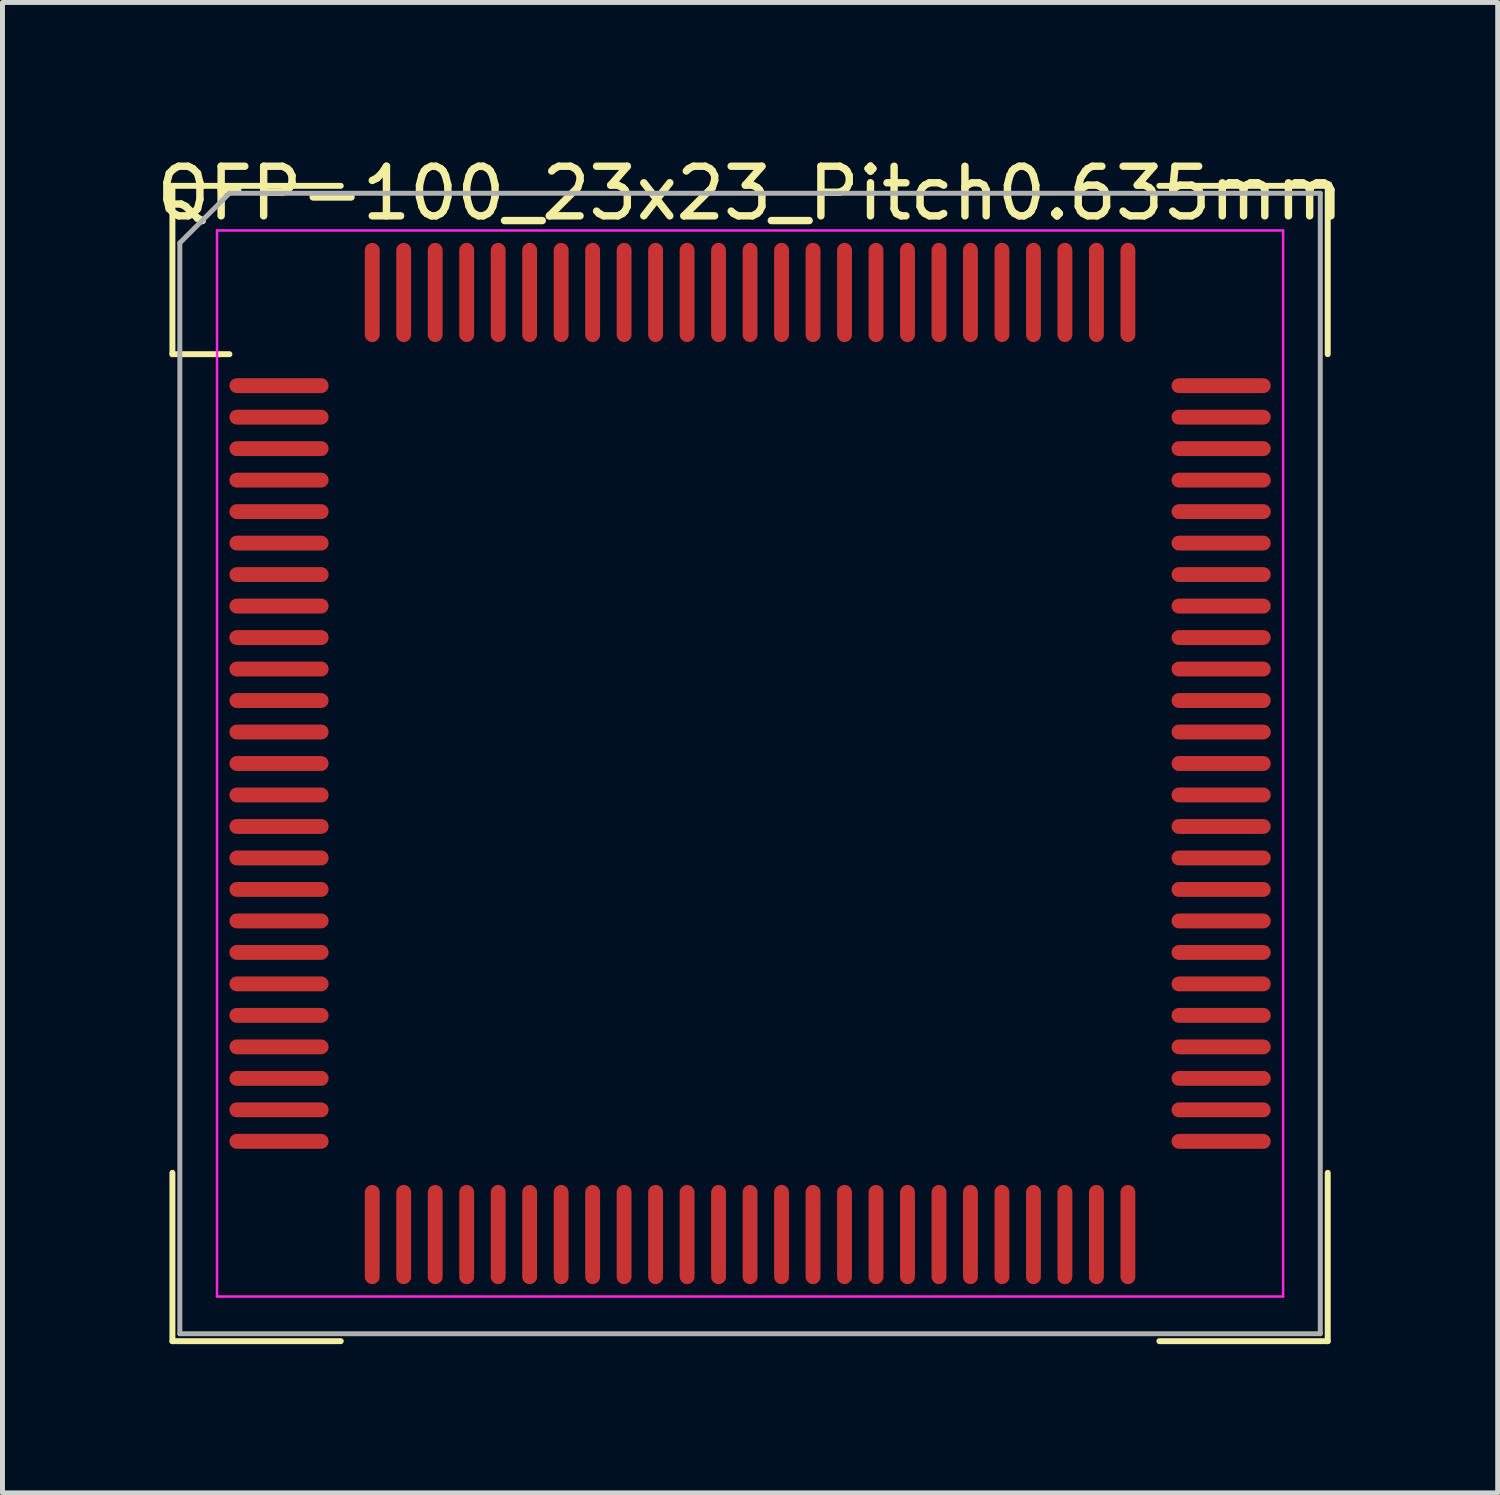
<source format=kicad_pcb>
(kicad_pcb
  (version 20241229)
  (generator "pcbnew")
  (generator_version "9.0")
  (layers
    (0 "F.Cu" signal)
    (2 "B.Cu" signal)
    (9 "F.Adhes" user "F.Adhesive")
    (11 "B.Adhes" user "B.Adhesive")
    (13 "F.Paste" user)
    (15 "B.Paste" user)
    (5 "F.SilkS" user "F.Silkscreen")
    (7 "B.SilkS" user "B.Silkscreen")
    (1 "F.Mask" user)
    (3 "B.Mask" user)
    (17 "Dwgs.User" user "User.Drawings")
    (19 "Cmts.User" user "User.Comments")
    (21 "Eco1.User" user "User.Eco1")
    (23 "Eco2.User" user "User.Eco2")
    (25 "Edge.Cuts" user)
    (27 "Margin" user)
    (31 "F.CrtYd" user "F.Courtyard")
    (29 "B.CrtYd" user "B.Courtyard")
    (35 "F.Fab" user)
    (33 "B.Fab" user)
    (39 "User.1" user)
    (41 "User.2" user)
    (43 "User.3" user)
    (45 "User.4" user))
  (footprint "QFP-100_23x23_Pitch0.635mm"
    (layer "F.Cu")
    (at 12.077 12.348)
    (property "Reference" "QFP-100_23x23_Pitch0.635mm" (at 0 -11.5 0) (layer "F.SilkS") (effects (font (size 1 1) (thickness 0.15))))
    (attr smd)
    (fp_line (start -11.65 -11.65) (end -11.65 -8.255) (stroke (width 0.12) (type solid)) (layer "F.SilkS"))
    (fp_line (start -11.65 -8.255) (end -10.5 -8.255) (stroke (width 0.12) (type solid)) (layer "F.SilkS"))
    (fp_line (start -11.65 11.65) (end -11.65 8.255) (stroke (width 0.12) (type solid)) (layer "F.SilkS"))
    (fp_line (start -8.255 -11.65) (end -11.65 -11.65) (stroke (width 0.12) (type solid)) (layer "F.SilkS"))
    (fp_line (start -8.255 11.65) (end -11.65 11.65) (stroke (width 0.12) (type solid)) (layer "F.SilkS"))
    (fp_line (start 8.255 -11.65) (end 11.65 -11.65) (stroke (width 0.12) (type solid)) (layer "F.SilkS"))
    (fp_line (start 8.255 11.65) (end 11.65 11.65) (stroke (width 0.12) (type solid)) (layer "F.SilkS"))
    (fp_line (start 11.65 -11.65) (end 11.65 -8.255) (stroke (width 0.12) (type solid)) (layer "F.SilkS"))
    (fp_line (start 11.65 11.65) (end 11.65 8.255) (stroke (width 0.12) (type solid)) (layer "F.SilkS"))
    (fp_line (start -10.75 -10.75) (end 10.75 -10.75) (stroke (width 0.05) (type solid)) (layer "F.CrtYd"))
    (fp_line (start -10.75 10.75) (end -10.75 -10.75) (stroke (width 0.05) (type solid)) (layer "F.CrtYd"))
    (fp_line (start 10.75 -10.75) (end 10.75 10.75) (stroke (width 0.05) (type solid)) (layer "F.CrtYd"))
    (fp_line (start 10.75 10.75) (end -10.75 10.75) (stroke (width 0.05) (type solid)) (layer "F.CrtYd"))
    (fp_line (start -11.5 -10.5) (end -11.5 11.5) (stroke (width 0.1) (type solid)) (layer "F.Fab"))
    (fp_line (start -11.5 11.5) (end 11.5 11.5) (stroke (width 0.1) (type solid)) (layer "F.Fab"))
    (fp_line (start -10.5 -11.5) (end -11.5 -10.5) (stroke (width 0.1) (type solid)) (layer "F.Fab"))
    (fp_line (start 11.5 -11.5) (end -10.5 -11.5) (stroke (width 0.1) (type solid)) (layer "F.Fab"))
    (fp_line (start 11.5 11.5) (end 11.5 -11.5) (stroke (width 0.1) (type solid)) (layer "F.Fab"))
    (pad "1" smd oval (at -9.5 -7.62 90) (size 0.3 2) (layers "F.Cu" "F.Mask" "F.Paste"))
    (pad "2" smd oval (at -9.5 -6.985 90) (size 0.3 2) (layers "F.Cu" "F.Mask" "F.Paste"))
    (pad "3" smd oval (at -9.5 -6.35 90) (size 0.3 2) (layers "F.Cu" "F.Mask" "F.Paste"))
    (pad "4" smd oval (at -9.5 -5.715 90) (size 0.3 2) (layers "F.Cu" "F.Mask" "F.Paste"))
    (pad "5" smd oval (at -9.5 -5.08 90) (size 0.3 2) (layers "F.Cu" "F.Mask" "F.Paste"))
    (pad "6" smd oval (at -9.5 -4.445 90) (size 0.3 2) (layers "F.Cu" "F.Mask" "F.Paste"))
    (pad "7" smd oval (at -9.5 -3.81 90) (size 0.3 2) (layers "F.Cu" "F.Mask" "F.Paste"))
    (pad "8" smd oval (at -9.5 -3.175 90) (size 0.3 2) (layers "F.Cu" "F.Mask" "F.Paste"))
    (pad "9" smd oval (at -9.5 -2.54 90) (size 0.3 2) (layers "F.Cu" "F.Mask" "F.Paste"))
    (pad "10" smd oval (at -9.5 -1.905 90) (size 0.3 2) (layers "F.Cu" "F.Mask" "F.Paste"))
    (pad "11" smd oval (at -9.5 -1.27 90) (size 0.3 2) (layers "F.Cu" "F.Mask" "F.Paste"))
    (pad "12" smd oval (at -9.5 -0.635 90) (size 0.3 2) (layers "F.Cu" "F.Mask" "F.Paste"))
    (pad "13" smd oval (at -9.5 0 90) (size 0.3 2) (layers "F.Cu" "F.Mask" "F.Paste"))
    (pad "14" smd oval (at -9.5 0.635 90) (size 0.3 2) (layers "F.Cu" "F.Mask" "F.Paste"))
    (pad "15" smd oval (at -9.5 1.27 90) (size 0.3 2) (layers "F.Cu" "F.Mask" "F.Paste"))
    (pad "16" smd oval (at -9.5 1.905 90) (size 0.3 2) (layers "F.Cu" "F.Mask" "F.Paste"))
    (pad "17" smd oval (at -9.5 2.54 90) (size 0.3 2) (layers "F.Cu" "F.Mask" "F.Paste"))
    (pad "18" smd oval (at -9.5 3.175 90) (size 0.3 2) (layers "F.Cu" "F.Mask" "F.Paste"))
    (pad "19" smd oval (at -9.5 3.81 90) (size 0.3 2) (layers "F.Cu" "F.Mask" "F.Paste"))
    (pad "20" smd oval (at -9.5 4.445 90) (size 0.3 2) (layers "F.Cu" "F.Mask" "F.Paste"))
    (pad "21" smd oval (at -9.5 5.08 90) (size 0.3 2) (layers "F.Cu" "F.Mask" "F.Paste"))
    (pad "22" smd oval (at -9.5 5.715 90) (size 0.3 2) (layers "F.Cu" "F.Mask" "F.Paste"))
    (pad "23" smd oval (at -9.5 6.35 90) (size 0.3 2) (layers "F.Cu" "F.Mask" "F.Paste"))
    (pad "24" smd oval (at -9.5 6.985 90) (size 0.3 2) (layers "F.Cu" "F.Mask" "F.Paste"))
    (pad "25" smd oval (at -9.5 7.62 90) (size 0.3 2) (layers "F.Cu" "F.Mask" "F.Paste"))
    (pad "26" smd oval (at -7.62 9.5) (size 0.3 2) (layers "F.Cu" "F.Mask" "F.Paste"))
    (pad "27" smd oval (at -6.985 9.5) (size 0.3 2) (layers "F.Cu" "F.Mask" "F.Paste"))
    (pad "28" smd oval (at -6.35 9.5) (size 0.3 2) (layers "F.Cu" "F.Mask" "F.Paste"))
    (pad "29" smd oval (at -5.715 9.5) (size 0.3 2) (layers "F.Cu" "F.Mask" "F.Paste"))
    (pad "30" smd oval (at -5.08 9.5) (size 0.3 2) (layers "F.Cu" "F.Mask" "F.Paste"))
    (pad "31" smd oval (at -4.445 9.5) (size 0.3 2) (layers "F.Cu" "F.Mask" "F.Paste"))
    (pad "32" smd oval (at -3.81 9.5) (size 0.3 2) (layers "F.Cu" "F.Mask" "F.Paste"))
    (pad "33" smd oval (at -3.175 9.5) (size 0.3 2) (layers "F.Cu" "F.Mask" "F.Paste"))
    (pad "34" smd oval (at -2.54 9.5) (size 0.3 2) (layers "F.Cu" "F.Mask" "F.Paste"))
    (pad "35" smd oval (at -1.905 9.5) (size 0.3 2) (layers "F.Cu" "F.Mask" "F.Paste"))
    (pad "36" smd oval (at -1.27 9.5) (size 0.3 2) (layers "F.Cu" "F.Mask" "F.Paste"))
    (pad "37" smd oval (at -0.635 9.5) (size 0.3 2) (layers "F.Cu" "F.Mask" "F.Paste"))
    (pad "38" smd oval (at 0 9.5) (size 0.3 2) (layers "F.Cu" "F.Mask" "F.Paste"))
    (pad "39" smd oval (at 0.635 9.5) (size 0.3 2) (layers "F.Cu" "F.Mask" "F.Paste"))
    (pad "40" smd oval (at 1.27 9.5) (size 0.3 2) (layers "F.Cu" "F.Mask" "F.Paste"))
    (pad "41" smd oval (at 1.905 9.5) (size 0.3 2) (layers "F.Cu" "F.Mask" "F.Paste"))
    (pad "42" smd oval (at 2.54 9.5) (size 0.3 2) (layers "F.Cu" "F.Mask" "F.Paste"))
    (pad "43" smd oval (at 3.175 9.5) (size 0.3 2) (layers "F.Cu" "F.Mask" "F.Paste"))
    (pad "44" smd oval (at 3.81 9.5) (size 0.3 2) (layers "F.Cu" "F.Mask" "F.Paste"))
    (pad "45" smd oval (at 4.445 9.5) (size 0.3 2) (layers "F.Cu" "F.Mask" "F.Paste"))
    (pad "46" smd oval (at 5.08 9.5) (size 0.3 2) (layers "F.Cu" "F.Mask" "F.Paste"))
    (pad "47" smd oval (at 5.715 9.5) (size 0.3 2) (layers "F.Cu" "F.Mask" "F.Paste"))
    (pad "48" smd oval (at 6.35 9.5) (size 0.3 2) (layers "F.Cu" "F.Mask" "F.Paste"))
    (pad "49" smd oval (at 6.985 9.5) (size 0.3 2) (layers "F.Cu" "F.Mask" "F.Paste"))
    (pad "50" smd oval (at 7.62 9.5) (size 0.3 2) (layers "F.Cu" "F.Mask" "F.Paste"))
    (pad "51" smd oval (at 9.5 7.62 90) (size 0.3 2) (layers "F.Cu" "F.Mask" "F.Paste"))
    (pad "52" smd oval (at 9.5 6.985 90) (size 0.3 2) (layers "F.Cu" "F.Mask" "F.Paste"))
    (pad "53" smd oval (at 9.5 6.35 90) (size 0.3 2) (layers "F.Cu" "F.Mask" "F.Paste"))
    (pad "54" smd oval (at 9.5 5.715 90) (size 0.3 2) (layers "F.Cu" "F.Mask" "F.Paste"))
    (pad "55" smd oval (at 9.5 5.08 90) (size 0.3 2) (layers "F.Cu" "F.Mask" "F.Paste"))
    (pad "56" smd oval (at 9.5 4.445 90) (size 0.3 2) (layers "F.Cu" "F.Mask" "F.Paste"))
    (pad "57" smd oval (at 9.5 3.81 90) (size 0.3 2) (layers "F.Cu" "F.Mask" "F.Paste"))
    (pad "58" smd oval (at 9.5 3.175 90) (size 0.3 2) (layers "F.Cu" "F.Mask" "F.Paste"))
    (pad "59" smd oval (at 9.5 2.54 90) (size 0.3 2) (layers "F.Cu" "F.Mask" "F.Paste"))
    (pad "60" smd oval (at 9.5 1.905 90) (size 0.3 2) (layers "F.Cu" "F.Mask" "F.Paste"))
    (pad "61" smd oval (at 9.5 1.27 90) (size 0.3 2) (layers "F.Cu" "F.Mask" "F.Paste"))
    (pad "62" smd oval (at 9.5 0.635 90) (size 0.3 2) (layers "F.Cu" "F.Mask" "F.Paste"))
    (pad "63" smd oval (at 9.5 0 90) (size 0.3 2) (layers "F.Cu" "F.Mask" "F.Paste"))
    (pad "64" smd oval (at 9.5 -0.635 90) (size 0.3 2) (layers "F.Cu" "F.Mask" "F.Paste"))
    (pad "65" smd oval (at 9.5 -1.27 90) (size 0.3 2) (layers "F.Cu" "F.Mask" "F.Paste"))
    (pad "66" smd oval (at 9.5 -1.905 90) (size 0.3 2) (layers "F.Cu" "F.Mask" "F.Paste"))
    (pad "67" smd oval (at 9.5 -2.54 90) (size 0.3 2) (layers "F.Cu" "F.Mask" "F.Paste"))
    (pad "68" smd oval (at 9.5 -3.175 90) (size 0.3 2) (layers "F.Cu" "F.Mask" "F.Paste"))
    (pad "69" smd oval (at 9.5 -3.81 90) (size 0.3 2) (layers "F.Cu" "F.Mask" "F.Paste"))
    (pad "70" smd oval (at 9.5 -4.445 90) (size 0.3 2) (layers "F.Cu" "F.Mask" "F.Paste"))
    (pad "71" smd oval (at 9.5 -5.08 90) (size 0.3 2) (layers "F.Cu" "F.Mask" "F.Paste"))
    (pad "72" smd oval (at 9.5 -5.715 90) (size 0.3 2) (layers "F.Cu" "F.Mask" "F.Paste"))
    (pad "73" smd oval (at 9.5 -6.35 90) (size 0.3 2) (layers "F.Cu" "F.Mask" "F.Paste"))
    (pad "74" smd oval (at 9.5 -6.985 90) (size 0.3 2) (layers "F.Cu" "F.Mask" "F.Paste"))
    (pad "75" smd oval (at 9.5 -7.62 90) (size 0.3 2) (layers "F.Cu" "F.Mask" "F.Paste"))
    (pad "76" smd oval (at 7.62 -9.5) (size 0.3 2) (layers "F.Cu" "F.Mask" "F.Paste"))
    (pad "77" smd oval (at 6.985 -9.5) (size 0.3 2) (layers "F.Cu" "F.Mask" "F.Paste"))
    (pad "78" smd oval (at 6.35 -9.5) (size 0.3 2) (layers "F.Cu" "F.Mask" "F.Paste"))
    (pad "79" smd oval (at 5.715 -9.5) (size 0.3 2) (layers "F.Cu" "F.Mask" "F.Paste"))
    (pad "80" smd oval (at 5.08 -9.5) (size 0.3 2) (layers "F.Cu" "F.Mask" "F.Paste"))
    (pad "81" smd oval (at 4.445 -9.5) (size 0.3 2) (layers "F.Cu" "F.Mask" "F.Paste"))
    (pad "82" smd oval (at 3.81 -9.5) (size 0.3 2) (layers "F.Cu" "F.Mask" "F.Paste"))
    (pad "83" smd oval (at 3.175 -9.5) (size 0.3 2) (layers "F.Cu" "F.Mask" "F.Paste"))
    (pad "84" smd oval (at 2.54 -9.5) (size 0.3 2) (layers "F.Cu" "F.Mask" "F.Paste"))
    (pad "85" smd oval (at 1.905 -9.5) (size 0.3 2) (layers "F.Cu" "F.Mask" "F.Paste"))
    (pad "86" smd oval (at 1.27 -9.5) (size 0.3 2) (layers "F.Cu" "F.Mask" "F.Paste"))
    (pad "87" smd oval (at 0.635 -9.5) (size 0.3 2) (layers "F.Cu" "F.Mask" "F.Paste"))
    (pad "88" smd oval (at 0 -9.5) (size 0.3 2) (layers "F.Cu" "F.Mask" "F.Paste"))
    (pad "89" smd oval (at -0.635 -9.5) (size 0.3 2) (layers "F.Cu" "F.Mask" "F.Paste"))
    (pad "90" smd oval (at -1.27 -9.5) (size 0.3 2) (layers "F.Cu" "F.Mask" "F.Paste"))
    (pad "91" smd oval (at -1.905 -9.5) (size 0.3 2) (layers "F.Cu" "F.Mask" "F.Paste"))
    (pad "92" smd oval (at -2.54 -9.5) (size 0.3 2) (layers "F.Cu" "F.Mask" "F.Paste"))
    (pad "93" smd oval (at -3.175 -9.5) (size 0.3 2) (layers "F.Cu" "F.Mask" "F.Paste"))
    (pad "94" smd oval (at -3.81 -9.5) (size 0.3 2) (layers "F.Cu" "F.Mask" "F.Paste"))
    (pad "95" smd oval (at -4.445 -9.5) (size 0.3 2) (layers "F.Cu" "F.Mask" "F.Paste"))
    (pad "96" smd oval (at -5.08 -9.5) (size 0.3 2) (layers "F.Cu" "F.Mask" "F.Paste"))
    (pad "97" smd oval (at -5.715 -9.5) (size 0.3 2) (layers "F.Cu" "F.Mask" "F.Paste"))
    (pad "98" smd oval (at -6.35 -9.5) (size 0.3 2) (layers "F.Cu" "F.Mask" "F.Paste"))
    (pad "99" smd oval (at -6.985 -9.5) (size 0.3 2) (layers "F.Cu" "F.Mask" "F.Paste"))
    (pad "100" smd oval (at -7.62 -9.5) (size 0.3 2) (layers "F.Cu" "F.Mask" "F.Paste")))
  (gr_rect
    (start -3 -3)
    (end 27.155 27.058)
    (stroke (width 0.1) (type default))
    (fill no)
    (layer "Edge.Cuts")))
</source>
